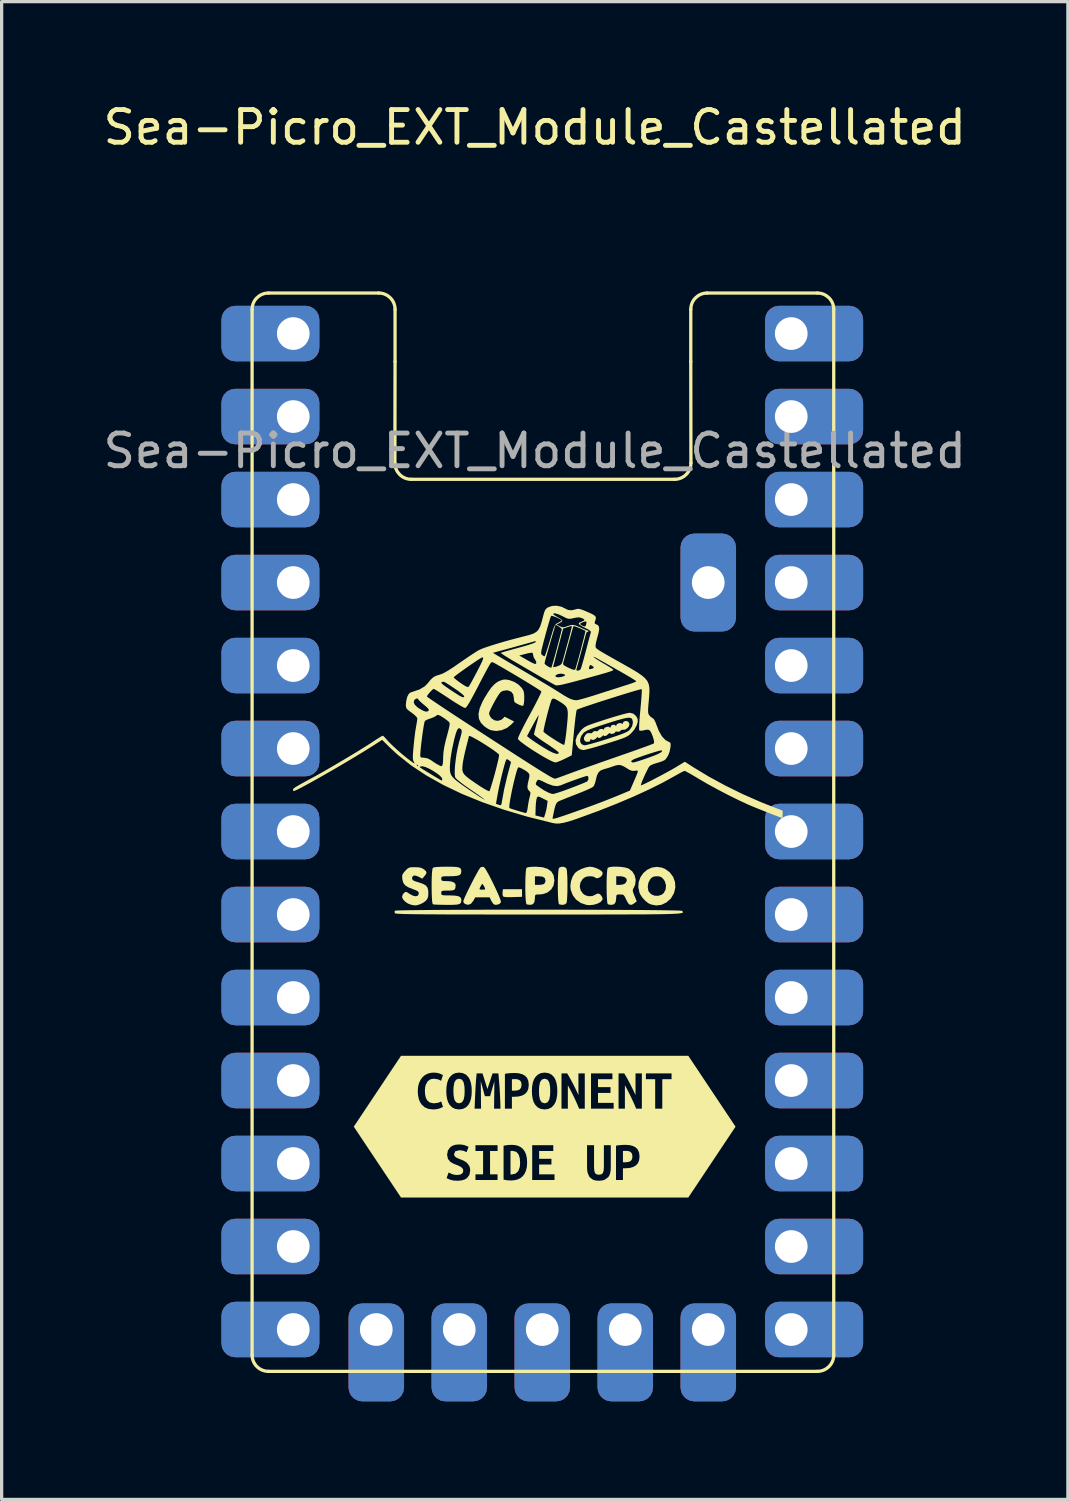
<source format=kicad_pcb>
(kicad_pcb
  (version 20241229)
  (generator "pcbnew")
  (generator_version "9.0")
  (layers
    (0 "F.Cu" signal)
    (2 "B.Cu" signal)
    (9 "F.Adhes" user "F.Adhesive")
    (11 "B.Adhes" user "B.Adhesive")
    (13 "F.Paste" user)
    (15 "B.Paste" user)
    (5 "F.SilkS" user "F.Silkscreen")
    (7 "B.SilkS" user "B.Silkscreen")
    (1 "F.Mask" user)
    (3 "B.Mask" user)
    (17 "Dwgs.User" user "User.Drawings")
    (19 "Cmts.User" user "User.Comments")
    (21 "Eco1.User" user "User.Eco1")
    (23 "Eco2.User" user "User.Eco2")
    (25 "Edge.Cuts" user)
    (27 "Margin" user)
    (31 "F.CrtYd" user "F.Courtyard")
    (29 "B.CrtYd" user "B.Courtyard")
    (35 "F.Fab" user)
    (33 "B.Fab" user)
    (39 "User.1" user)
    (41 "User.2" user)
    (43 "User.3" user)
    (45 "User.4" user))
  (footprint "Sea-Picro_EXT_Module_Castellated"
    (layer "F.Cu")
    (at 13.515 22.398)
    (property "Reference" "Sea-Picro_EXT_Module_Castellated" (at -0.2 -21.55 0) (unlocked yes) (layer "F.SilkS") (effects (font (size 1 1) (thickness 0.15))))
    (attr through_hole)
    (fp_line (start -8.85 -15.98) (end -8.85 16.02) (stroke (width 0.1) (type solid)) (layer "F.SilkS"))
    (fp_line (start -8.35 16.52) (end 8.45 16.52) (stroke (width 0.1) (type solid)) (layer "F.SilkS"))
    (fp_line (start -4.975 -16.48) (end -8.35 -16.48) (stroke (width 0.1) (type solid)) (layer "F.SilkS"))
    (fp_line (start -4.475 -14.38) (end -4.48 -11.28) (stroke (width 0.1) (type solid)) (layer "F.SilkS"))
    (fp_line (start -4.475 -14.38) (end -4.475 -15.98) (stroke (width 0.1) (type solid)) (layer "F.SilkS"))
    (fp_line (start -3.98 -10.78) (end 4.08 -10.78) (stroke (width 0.1) (type solid)) (layer "F.SilkS"))
    (fp_line (start 4.575 -14.38) (end 4.575 -15.98) (stroke (width 0.1) (type solid)) (layer "F.SilkS"))
    (fp_line (start 4.575 -14.38) (end 4.58 -11.28) (stroke (width 0.1) (type solid)) (layer "F.SilkS"))
    (fp_line (start 5.075 -16.48) (end 8.45 -16.48) (stroke (width 0.1) (type solid)) (layer "F.SilkS"))
    (fp_line (start 8.95 16.02) (end 8.95 -15.98) (stroke (width 0.1) (type solid)) (layer "F.SilkS"))
    (fp_arc (start -8.84951 -15.98) (mid -8.703063 -16.333553) (end -8.34951 -16.48) (stroke (width 0.1) (type solid)) (layer "F.SilkS"))
    (fp_arc (start -8.34951 16.52) (mid -8.703063 16.373553) (end -8.84951 16.02) (stroke (width 0.1) (type solid)) (layer "F.SilkS"))
    (fp_arc (start -4.97451 -16.48) (mid -4.620957 -16.333553) (end -4.47451 -15.98) (stroke (width 0.1) (type solid)) (layer "F.SilkS"))
    (fp_arc (start -3.98 -10.77951) (mid -4.333553 -10.925957) (end -4.48 -11.27951) (stroke (width 0.1) (type solid)) (layer "F.SilkS"))
    (fp_arc (start 4.57549 -15.98) (mid 4.721931 -16.333559) (end 5.07549 -16.48) (stroke (width 0.1) (type solid)) (layer "F.SilkS"))
    (fp_arc (start 4.58 -11.27951) (mid 4.433553 -10.925957) (end 4.08 -10.77951) (stroke (width 0.1) (type solid)) (layer "F.SilkS"))
    (fp_arc (start 8.45049 -16.48) (mid 8.804046 -16.333556) (end 8.95049 -15.98) (stroke (width 0.1) (type solid)) (layer "F.SilkS"))
    (fp_arc (start 8.95049 16.02) (mid 8.804039 16.373543) (end 8.45049 16.52) (stroke (width 0.1) (type solid)) (layer "F.SilkS"))
    (fp_poly (pts (xy -0.589 1.998) (xy -0.874 2.006) (xy -1.012 2.009) (xy -1.101 2.005) (xy -1.152 1.995) (xy -1.175 1.976) (xy -1.177 1.972) (xy -1.186 1.913) (xy -1.183 1.847) (xy -1.174 1.764) (xy -0.589 1.764)) (stroke (width 0) (type solid)) (fill yes) (layer "F.SilkS"))
    (fp_poly (pts (xy -0.792 7.576) (xy -0.845 7.577) (xy -0.899 7.581) (xy -0.899 7.93) (xy -0.811 7.93) (xy -0.721 7.92) (xy -0.656 7.889) (xy -0.617 7.834) (xy -0.604 7.749) (xy -0.616 7.668) (xy -0.655 7.615) (xy -0.715 7.586) (xy -0.792 7.576)) (stroke (width 0) (type solid)) (fill yes) (layer "F.SilkS"))
    (fp_poly (pts (xy 2.604 9.772) (xy 2.551 9.773) (xy 2.499 9.777) (xy 2.499 10.121) (xy 2.585 10.121) (xy 2.674 10.111) (xy 2.738 10.081) (xy 2.777 10.026) (xy 2.79 9.942) (xy 2.777 9.863) (xy 2.739 9.811) (xy 2.68 9.782) (xy 2.604 9.772)) (stroke (width 0) (type solid)) (fill yes) (layer "F.SilkS"))
    (fp_poly (pts (xy -0.942 10.493) (xy -0.923 10.495) (xy -0.904 10.495) (xy -0.783 10.467) (xy -0.704 10.391) (xy -0.661 10.277) (xy -0.651 10.208) (xy -0.648 10.132) (xy -0.658 9.997) (xy -0.694 9.882) (xy -0.765 9.802) (xy -0.88 9.772) (xy -0.911 9.773) (xy -0.942 9.777) (xy -0.942 10.493)) (stroke (width 0) (type solid)) (fill yes) (layer "F.SilkS"))
    (fp_poly (pts (xy -2.689 7.941) (xy -2.687 8.017) (xy -2.682 8.088) (xy -2.658 8.208) (xy -2.606 8.288) (xy -2.517 8.318) (xy -2.429 8.288) (xy -2.377 8.207) (xy -2.352 8.088) (xy -2.348 8.017) (xy -2.346 7.941) (xy -2.348 7.865) (xy -2.352 7.793) (xy -2.377 7.674) (xy -2.428 7.593) (xy -2.517 7.564) (xy -2.606 7.593) (xy -2.658 7.675) (xy -2.682 7.794) (xy -2.687 7.865) (xy -2.689 7.941)) (stroke (width 0) (type solid)) (fill yes) (layer "F.SilkS"))
    (fp_poly (pts (xy -0.069 7.941) (xy -0.068 8.017) (xy -0.063 8.088) (xy -0.039 8.208) (xy 0.013 8.288) (xy 0.102 8.318) (xy 0.19 8.288) (xy 0.243 8.207) (xy 0.267 8.088) (xy 0.272 8.017) (xy 0.273 7.941) (xy 0.272 7.865) (xy 0.267 7.793) (xy 0.243 7.674) (xy 0.191 7.593) (xy 0.102 7.564) (xy 0.013 7.593) (xy -0.039 7.675) (xy -0.063 7.794) (xy -0.068 7.865) (xy -0.069 7.941)) (stroke (width 0) (type solid)) (fill yes) (layer "F.SilkS"))
    (fp_poly (pts (xy 0.688 1.08) (xy 0.754 1.111) (xy 0.771 1.133) (xy 0.782 1.182) (xy 0.791 1.28) (xy 0.798 1.415) (xy 0.801 1.578) (xy 0.801 1.661) (xy 0.8 1.834) (xy 0.794 1.984) (xy 0.786 2.101) (xy 0.776 2.174) (xy 0.771 2.19) (xy 0.719 2.232) (xy 0.637 2.245) (xy 0.546 2.227) (xy 0.545 2.227) (xy 0.532 2.194) (xy 0.521 2.113) (xy 0.513 1.997) (xy 0.508 1.855) (xy 0.506 1.701) (xy 0.507 1.543) (xy 0.511 1.395) (xy 0.518 1.267) (xy 0.528 1.171) (xy 0.54 1.117) (xy 0.544 1.111) (xy 0.609 1.08)) (stroke (width 0) (type solid)) (fill yes) (layer "F.SilkS"))
    (fp_poly (pts (xy 1.589 1.09) (xy 1.694 1.124) (xy 1.789 1.171) (xy 1.857 1.223) (xy 1.879 1.261) (xy 1.868 1.325) (xy 1.822 1.381) (xy 1.757 1.419) (xy 1.691 1.43) (xy 1.64 1.405) (xy 1.635 1.398) (xy 1.598 1.38) (xy 1.523 1.37) (xy 1.485 1.369) (xy 1.386 1.378) (xy 1.314 1.413) (xy 1.267 1.454) (xy 1.199 1.56) (xy 1.178 1.679) (xy 1.204 1.797) (xy 1.274 1.898) (xy 1.348 1.951) (xy 1.453 1.98) (xy 1.562 1.974) (xy 1.637 1.94) (xy 1.702 1.906) (xy 1.744 1.896) (xy 1.798 1.92) (xy 1.847 1.977) (xy 1.876 2.044) (xy 1.874 2.084) (xy 1.82 2.151) (xy 1.724 2.205) (xy 1.603 2.241) (xy 1.471 2.253) (xy 1.387 2.246) (xy 1.212 2.188) (xy 1.068 2.086) (xy 0.962 1.947) (xy 0.901 1.782) (xy 0.889 1.661) (xy 0.909 1.52) (xy 0.96 1.379) (xy 1.029 1.271) (xy 1.109 1.207) (xy 1.225 1.147) (xy 1.351 1.101) (xy 1.467 1.078) (xy 1.49 1.076)) (stroke (width 0) (type solid)) (fill yes) (layer "F.SilkS"))
    (fp_poly (pts (xy 3.689 1.103) (xy 3.789 1.144) (xy 3.934 1.251) (xy 4.036 1.389) (xy 4.093 1.547) (xy 4.103 1.714) (xy 4.064 1.881) (xy 3.975 2.036) (xy 3.954 2.061) (xy 3.825 2.173) (xy 3.68 2.242) (xy 3.531 2.262) (xy 3.479 2.256) (xy 3.401 2.24) (xy 3.354 2.23) (xy 3.27 2.19) (xy 3.176 2.113) (xy 3.088 2.015) (xy 3.022 1.911) (xy 3.008 1.879) (xy 2.97 1.709) (xy 2.971 1.69) (xy 3.258 1.69) (xy 3.276 1.809) (xy 3.289 1.838) (xy 3.363 1.919) (xy 3.465 1.963) (xy 3.578 1.968) (xy 3.685 1.933) (xy 3.75 1.88) (xy 3.805 1.775) (xy 3.817 1.651) (xy 3.784 1.529) (xy 3.74 1.459) (xy 3.677 1.398) (xy 3.609 1.373) (xy 3.537 1.369) (xy 3.446 1.377) (xy 3.382 1.41) (xy 3.335 1.459) (xy 3.278 1.565) (xy 3.258 1.69) (xy 2.971 1.69) (xy 2.981 1.547) (xy 3.035 1.398) (xy 3.123 1.271) (xy 3.24 1.171) (xy 3.378 1.105) (xy 3.53 1.081)) (stroke (width 0) (type solid)) (fill yes) (layer "F.SilkS"))
    (fp_poly (pts (xy 0.036 1.092) (xy 0.196 1.142) (xy 0.31 1.225) (xy 0.378 1.342) (xy 0.401 1.495) (xy 0.401 1.501) (xy 0.375 1.652) (xy 0.301 1.776) (xy 0.187 1.867) (xy 0.038 1.917) (xy -0.061 1.925) (xy -0.142 1.927) (xy -0.181 1.941) (xy -0.193 1.981) (xy -0.194 2.029) (xy -0.208 2.15) (xy -0.253 2.221) (xy -0.328 2.244) (xy -0.334 2.244) (xy -0.407 2.237) (xy -0.45 2.227) (xy -0.463 2.194) (xy -0.474 2.113) (xy -0.482 1.997) (xy -0.487 1.855) (xy -0.489 1.701) (xy -0.488 1.632) (xy -0.194 1.632) (xy -0.068 1.632) (xy 0.019 1.624) (xy 0.082 1.605) (xy 0.093 1.597) (xy 0.123 1.54) (xy 0.128 1.501) (xy 0.109 1.426) (xy 0.047 1.383) (xy -0.062 1.369) (xy -0.068 1.369) (xy -0.194 1.369) (xy -0.194 1.632) (xy -0.488 1.632) (xy -0.488 1.543) (xy -0.484 1.395) (xy -0.477 1.267) (xy -0.467 1.171) (xy -0.455 1.117) (xy -0.451 1.111) (xy -0.401 1.092) (xy -0.303 1.08) (xy -0.172 1.076)) (stroke (width 0) (type solid)) (fill yes) (layer "F.SilkS"))
    (fp_poly (pts (xy -1.752 1.092) (xy -1.719 1.129) (xy -1.67 1.21) (xy -1.607 1.322) (xy -1.537 1.457) (xy -1.464 1.603) (xy -1.394 1.751) (xy -1.33 1.891) (xy -1.279 2.012) (xy -1.245 2.105) (xy -1.233 2.158) (xy -1.234 2.163) (xy -1.276 2.212) (xy -1.349 2.241) (xy -1.426 2.24) (xy -1.437 2.236) (xy -1.478 2.2) (xy -1.522 2.133) (xy -1.53 2.116) (xy -1.58 2.013) (xy -2.022 2.013) (xy -2.081 2.122) (xy -2.151 2.209) (xy -2.235 2.243) (xy -2.328 2.221) (xy -2.337 2.216) (xy -2.379 2.168) (xy -2.386 2.136) (xy -2.372 2.088) (xy -2.336 2) (xy -2.282 1.883) (xy -2.225 1.765) (xy -1.891 1.765) (xy -1.865 1.775) (xy -1.804 1.779) (xy -1.803 1.779) (xy -1.741 1.775) (xy -1.715 1.765) (xy -1.715 1.765) (xy -1.728 1.723) (xy -1.756 1.665) (xy -1.786 1.618) (xy -1.803 1.603) (xy -1.826 1.626) (xy -1.857 1.678) (xy -1.883 1.734) (xy -1.891 1.765) (xy -2.225 1.765) (xy -2.215 1.746) (xy -2.142 1.6) (xy -2.068 1.455) (xy -1.996 1.322) (xy -1.934 1.21) (xy -1.885 1.13) (xy -1.855 1.093) (xy -1.854 1.092) (xy -1.784 1.079)) (stroke (width 0) (type solid)) (fill yes) (layer "F.SilkS"))
    (fp_poly (pts (xy 2.437 1.082) (xy 2.557 1.099) (xy 2.653 1.125) (xy 2.675 1.135) (xy 2.786 1.222) (xy 2.859 1.342) (xy 2.89 1.48) (xy 2.874 1.621) (xy 2.836 1.711) (xy 2.808 1.763) (xy 2.799 1.806) (xy 2.81 1.86) (xy 2.843 1.945) (xy 2.852 1.968) (xy 2.922 2.136) (xy 2.853 2.191) (xy 2.775 2.24) (xy 2.712 2.241) (xy 2.656 2.191) (xy 2.6 2.086) (xy 2.558 1.996) (xy 2.524 1.948) (xy 2.483 1.929) (xy 2.42 1.925) (xy 2.411 1.925) (xy 2.336 1.928) (xy 2.303 1.947) (xy 2.294 1.997) (xy 2.294 2.029) (xy 2.279 2.15) (xy 2.234 2.221) (xy 2.159 2.244) (xy 2.154 2.244) (xy 2.081 2.237) (xy 2.038 2.227) (xy 2.024 2.194) (xy 2.014 2.113) (xy 2.006 1.997) (xy 2.001 1.855) (xy 1.999 1.701) (xy 1.999 1.632) (xy 2.294 1.632) (xy 2.409 1.632) (xy 2.499 1.62) (xy 2.565 1.59) (xy 2.57 1.586) (xy 2.616 1.512) (xy 2.61 1.447) (xy 2.556 1.397) (xy 2.461 1.371) (xy 2.42 1.369) (xy 2.294 1.369) (xy 2.294 1.632) (xy 1.999 1.632) (xy 2 1.543) (xy 2.003 1.395) (xy 2.01 1.267) (xy 2.02 1.171) (xy 2.033 1.117) (xy 2.036 1.111) (xy 2.091 1.088) (xy 2.187 1.076) (xy 2.308 1.074)) (stroke (width 0) (type solid)) (fill yes) (layer "F.SilkS"))
    (fp_poly (pts (xy -0.993 -4.638) (xy -0.972 -4.633) (xy -0.827 -4.58) (xy -0.694 -4.494) (xy -0.591 -4.388) (xy -0.545 -4.309) (xy -0.529 -4.239) (xy -0.521 -4.14) (xy -0.522 -4.032) (xy -0.53 -3.934) (xy -0.545 -3.866) (xy -0.554 -3.85) (xy -0.59 -3.849) (xy -0.659 -3.872) (xy -0.706 -3.893) (xy -0.785 -3.935) (xy -0.824 -3.973) (xy -0.836 -4.028) (xy -0.837 -4.07) (xy -0.858 -4.195) (xy -0.919 -4.278) (xy -1.018 -4.318) (xy -1.066 -4.321) (xy -1.17 -4.306) (xy -1.24 -4.27) (xy -1.284 -4.218) (xy -1.342 -4.129) (xy -1.407 -4.018) (xy -1.473 -3.899) (xy -1.531 -3.784) (xy -1.575 -3.687) (xy -1.597 -3.623) (xy -1.598 -3.613) (xy -1.58 -3.549) (xy -1.535 -3.477) (xy -1.529 -3.47) (xy -1.44 -3.406) (xy -1.334 -3.387) (xy -1.232 -3.415) (xy -1.183 -3.452) (xy -1.121 -3.514) (xy -0.831 -3.367) (xy -0.914 -3.279) (xy -1.053 -3.169) (xy -1.214 -3.101) (xy -1.383 -3.077) (xy -1.545 -3.103) (xy -1.568 -3.112) (xy -1.639 -3.149) (xy -1.722 -3.203) (xy -1.736 -3.214) (xy -1.846 -3.324) (xy -1.908 -3.45) (xy -1.921 -3.598) (xy -1.886 -3.769) (xy -1.802 -3.968) (xy -1.745 -4.074) (xy -1.629 -4.264) (xy -1.528 -4.407) (xy -1.432 -4.51) (xy -1.337 -4.581) (xy -1.259 -4.618) (xy -1.169 -4.647) (xy -1.09 -4.653)) (stroke (width 0) (type solid)) (fill yes) (layer "F.SilkS"))
    (fp_poly (pts (xy -3.747 1.096) (xy -3.663 1.116) (xy -3.599 1.151) (xy -3.531 1.211) (xy -3.512 1.262) (xy -3.54 1.321) (xy -3.57 1.358) (xy -3.642 1.442) (xy -3.743 1.388) (xy -3.845 1.348) (xy -3.915 1.351) (xy -3.951 1.397) (xy -3.954 1.426) (xy -3.947 1.466) (xy -3.919 1.496) (xy -3.857 1.524) (xy -3.764 1.552) (xy -3.624 1.6) (xy -3.533 1.651) (xy -3.482 1.717) (xy -3.459 1.807) (xy -3.456 1.881) (xy -3.461 1.982) (xy -3.481 2.049) (xy -3.525 2.108) (xy -3.544 2.128) (xy -3.623 2.185) (xy -3.725 2.232) (xy -3.825 2.259) (xy -3.895 2.259) (xy -3.944 2.248) (xy -4.003 2.235) (xy -4.091 2.198) (xy -4.175 2.137) (xy -4.237 2.065) (xy -4.261 2) (xy -4.24 1.93) (xy -4.203 1.881) (xy -4.165 1.852) (xy -4.13 1.848) (xy -4.08 1.874) (xy -4.03 1.908) (xy -3.928 1.963) (xy -3.84 1.981) (xy -3.778 1.963) (xy -3.75 1.909) (xy -3.749 1.897) (xy -3.756 1.855) (xy -3.786 1.823) (xy -3.851 1.792) (xy -3.935 1.761) (xy -4.076 1.704) (xy -4.169 1.643) (xy -4.224 1.568) (xy -4.25 1.469) (xy -4.253 1.449) (xy -4.258 1.365) (xy -4.243 1.305) (xy -4.198 1.242) (xy -4.164 1.204) (xy -4.105 1.143) (xy -4.054 1.109) (xy -3.992 1.094) (xy -3.897 1.091) (xy -3.87 1.091)) (stroke (width 0) (type solid)) (fill yes) (layer "F.SilkS"))
    (fp_poly (pts (xy -2.728 1.078) (xy -2.605 1.084) (xy -2.524 1.098) (xy -2.477 1.122) (xy -2.454 1.16) (xy -2.447 1.214) (xy -2.447 1.227) (xy -2.458 1.288) (xy -2.495 1.329) (xy -2.569 1.354) (xy -2.685 1.366) (xy -2.811 1.369) (xy -2.932 1.369) (xy -3.006 1.374) (xy -3.044 1.385) (xy -3.059 1.406) (xy -3.061 1.441) (xy -3.061 1.442) (xy -3.056 1.486) (xy -3.032 1.507) (xy -2.973 1.515) (xy -2.917 1.515) (xy -2.769 1.525) (xy -2.673 1.557) (xy -2.627 1.61) (xy -2.622 1.644) (xy -2.628 1.725) (xy -2.651 1.774) (xy -2.704 1.799) (xy -2.799 1.807) (xy -2.86 1.808) (xy -2.966 1.809) (xy -3.026 1.815) (xy -3.053 1.832) (xy -3.061 1.863) (xy -3.061 1.881) (xy -3.059 1.917) (xy -3.043 1.939) (xy -3.003 1.95) (xy -2.925 1.954) (xy -2.829 1.954) (xy -2.667 1.959) (xy -2.555 1.974) (xy -2.486 2.003) (xy -2.453 2.049) (xy -2.447 2.094) (xy -2.451 2.152) (xy -2.47 2.193) (xy -2.511 2.221) (xy -2.584 2.236) (xy -2.696 2.243) (xy -2.857 2.245) (xy -2.899 2.244) (xy -3.045 2.242) (xy -3.171 2.239) (xy -3.265 2.234) (xy -3.314 2.228) (xy -3.317 2.227) (xy -3.331 2.194) (xy -3.342 2.113) (xy -3.349 1.997) (xy -3.354 1.855) (xy -3.356 1.701) (xy -3.355 1.543) (xy -3.352 1.395) (xy -3.345 1.267) (xy -3.335 1.171) (xy -3.322 1.117) (xy -3.319 1.111) (xy -3.272 1.094) (xy -3.171 1.083) (xy -3.015 1.077) (xy -2.9 1.076)) (stroke (width 0) (type solid)) (fill yes) (layer "F.SilkS"))
    (fp_poly (pts (xy -0.058 2.391) (xy 0.381 2.391) (xy 0.816 2.392) (xy 1.242 2.393) (xy 1.657 2.394) (xy 2.056 2.396) (xy 2.435 2.398) (xy 2.79 2.4) (xy 3.118 2.402) (xy 3.414 2.405) (xy 3.674 2.408) (xy 3.895 2.412) (xy 4.073 2.415) (xy 4.203 2.419) (xy 4.282 2.424) (xy 4.306 2.427) (xy 4.321 2.442) (xy 4.332 2.456) (xy 4.337 2.468) (xy 4.332 2.479) (xy 4.316 2.489) (xy 4.286 2.497) (xy 4.238 2.505) (xy 4.171 2.512) (xy 4.082 2.517) (xy 3.968 2.522) (xy 3.826 2.526) (xy 3.654 2.53) (xy 3.45 2.532) (xy 3.209 2.535) (xy 2.931 2.536) (xy 2.611 2.537) (xy 2.248 2.538) (xy 1.839 2.539) (xy 1.381 2.539) (xy 0.872 2.539) (xy 0.309 2.539) (xy -0.096 2.539) (xy -0.694 2.539) (xy -1.236 2.539) (xy -1.725 2.539) (xy -2.164 2.538) (xy -2.555 2.538) (xy -2.9 2.537) (xy -3.203 2.535) (xy -3.466 2.534) (xy -3.691 2.532) (xy -3.882 2.53) (xy -4.041 2.527) (xy -4.171 2.525) (xy -4.274 2.521) (xy -4.354 2.518) (xy -4.411 2.513) (xy -4.451 2.509) (xy -4.474 2.504) (xy -4.484 2.498) (xy -4.484 2.497) (xy -4.488 2.441) (xy -4.481 2.424) (xy -4.45 2.419) (xy -4.364 2.415) (xy -4.227 2.411) (xy -4.043 2.408) (xy -3.817 2.405) (xy -3.552 2.402) (xy -3.251 2.399) (xy -2.92 2.397) (xy -2.561 2.395) (xy -2.179 2.394) (xy -1.778 2.392) (xy -1.362 2.392) (xy -0.934 2.391) (xy -0.498 2.391)) (stroke (width 0) (type solid)) (fill yes) (layer "F.SilkS"))
    (fp_poly (pts (xy 2.638 -3.374) (xy 2.663 -3.357) (xy 2.7 -3.294) (xy 2.683 -3.224) (xy 2.641 -3.17) (xy 2.564 -3.118) (xy 2.511 -3.116) (xy 2.448 -3.11) (xy 2.427 -3.086) (xy 2.386 -3.055) (xy 2.337 -3.057) (xy 2.283 -3.059) (xy 2.265 -3.045) (xy 2.24 -3.012) (xy 2.187 -2.991) (xy 2.133 -2.989) (xy 2.112 -3.002) (xy 2.083 -3.014) (xy 2.054 -2.988) (xy 2.004 -2.944) (xy 1.953 -2.921) (xy 1.918 -2.925) (xy 1.913 -2.939) (xy 1.9 -2.949) (xy 1.877 -2.928) (xy 1.827 -2.883) (xy 1.775 -2.862) (xy 1.741 -2.869) (xy 1.737 -2.882) (xy 1.724 -2.896) (xy 1.7 -2.872) (xy 1.641 -2.821) (xy 1.578 -2.801) (xy 1.532 -2.817) (xy 1.528 -2.822) (xy 1.509 -2.839) (xy 1.504 -2.808) (xy 1.491 -2.765) (xy 1.477 -2.757) (xy 1.426 -2.748) (xy 1.411 -2.744) (xy 1.361 -2.751) (xy 1.335 -2.772) (xy 1.303 -2.826) (xy 1.311 -2.884) (xy 1.348 -2.951) (xy 1.397 -3.004) (xy 1.458 -3.013) (xy 1.477 -3.01) (xy 1.545 -3.01) (xy 1.575 -3.04) (xy 1.615 -3.073) (xy 1.665 -3.072) (xy 1.719 -3.07) (xy 1.738 -3.084) (xy 1.762 -3.117) (xy 1.816 -3.138) (xy 1.87 -3.14) (xy 1.891 -3.127) (xy 1.91 -3.112) (xy 1.913 -3.131) (xy 1.938 -3.171) (xy 1.993 -3.2) (xy 2.054 -3.209) (xy 2.093 -3.19) (xy 2.113 -3.171) (xy 2.118 -3.2) (xy 2.142 -3.243) (xy 2.195 -3.267) (xy 2.25 -3.263) (xy 2.27 -3.246) (xy 2.29 -3.227) (xy 2.293 -3.248) (xy 2.319 -3.289) (xy 2.375 -3.315) (xy 2.436 -3.318) (xy 2.462 -3.306) (xy 2.493 -3.295) (xy 2.499 -3.321) (xy 2.522 -3.363) (xy 2.577 -3.383)) (stroke (width 0) (type solid)) (fill yes) (layer "F.SilkS"))
    (fp_poly (pts (xy 2.816 -3.608) (xy 2.903 -3.533) (xy 2.948 -3.449) (xy 2.953 -3.357) (xy 2.918 -3.244) (xy 2.85 -3.124) (xy 2.763 -3.021) (xy 2.717 -2.977) (xy 2.673 -2.941) (xy 2.621 -2.909) (xy 2.553 -2.876) (xy 2.461 -2.841) (xy 2.337 -2.798) (xy 2.172 -2.745) (xy 2.001 -2.691) (xy 1.814 -2.633) (xy 1.641 -2.582) (xy 1.491 -2.54) (xy 1.374 -2.51) (xy 1.299 -2.495) (xy 1.282 -2.493) (xy 1.182 -2.52) (xy 1.132 -2.56) (xy 1.062 -2.673) (xy 1.05 -2.796) (xy 1.061 -2.828) (xy 1.19 -2.828) (xy 1.193 -2.741) (xy 1.232 -2.675) (xy 1.305 -2.642) (xy 1.33 -2.64) (xy 1.385 -2.649) (xy 1.485 -2.674) (xy 1.621 -2.711) (xy 1.784 -2.759) (xy 1.964 -2.815) (xy 2.025 -2.834) (xy 2.237 -2.904) (xy 2.399 -2.959) (xy 2.52 -3.005) (xy 2.606 -3.043) (xy 2.665 -3.077) (xy 2.704 -3.109) (xy 2.707 -3.112) (xy 2.781 -3.224) (xy 2.804 -3.342) (xy 2.789 -3.421) (xy 2.769 -3.456) (xy 2.735 -3.477) (xy 2.682 -3.484) (xy 2.602 -3.476) (xy 2.491 -3.451) (xy 2.341 -3.41) (xy 2.147 -3.351) (xy 1.976 -3.296) (xy 1.76 -3.226) (xy 1.594 -3.168) (xy 1.471 -3.121) (xy 1.383 -3.081) (xy 1.324 -3.046) (xy 1.296 -3.022) (xy 1.224 -2.926) (xy 1.19 -2.828) (xy 1.061 -2.828) (xy 1.095 -2.931) (xy 1.198 -3.076) (xy 1.219 -3.099) (xy 1.259 -3.141) (xy 1.299 -3.175) (xy 1.348 -3.207) (xy 1.412 -3.239) (xy 1.501 -3.274) (xy 1.623 -3.317) (xy 1.784 -3.37) (xy 1.971 -3.431) (xy 2.159 -3.49) (xy 2.335 -3.542) (xy 2.488 -3.586) (xy 2.609 -3.617) (xy 2.688 -3.633) (xy 2.708 -3.635)) (stroke (width 0) (type solid)) (fill yes) (layer "F.SilkS"))
    (fp_poly (pts (xy -3.78 6.864) (xy -3.641 7.524) (xy -3.57 7.461) (xy -3.486 7.414) (xy -3.392 7.386) (xy -3.289 7.377) (xy -3.185 7.386) (xy -3.104 7.408) (xy -3.046 7.434) (xy -3.01 7.455) (xy -3.066 7.627) (xy -3.163 7.582) (xy -3.293 7.564) (xy -3.391 7.582) (xy -3.477 7.643) (xy -3.538 7.757) (xy -3.556 7.838) (xy -3.562 7.936) (xy -3.555 8.049) (xy -3.533 8.144) (xy -2.907 7.941) (xy -2.9 7.81) (xy -2.881 7.696) (xy -2.849 7.599) (xy -2.804 7.519) (xy -2.726 7.44) (xy -2.631 7.393) (xy -2.517 7.377) (xy -2.401 7.393) (xy -2.304 7.44) (xy -2.228 7.519) (xy -2.184 7.599) (xy -2.153 7.696) (xy -2.134 7.81) (xy -2 7.647) (xy -1.989 7.52) (xy -1.978 7.401) (xy -1.8 7.401) (xy -1.769 7.496) (xy -1.73 7.62) (xy -1.688 7.754) (xy -1.648 7.88) (xy -1.604 7.746) (xy -1.56 7.613) (xy -1.522 7.494) (xy -1.491 7.401) (xy -1.312 7.401) (xy -1.3 7.541) (xy -1.289 7.677) (xy -1.278 7.811) (xy -1.113 8.482) (xy -1.113 7.415) (xy -1.043 7.403) (xy -0.963 7.395) (xy -0.885 7.391) (xy -0.817 7.389) (xy -0.689 7.398) (xy -0.583 7.427) (xy -0.497 7.474) (xy -0.434 7.542) (xy -0.396 7.634) (xy -0.383 7.751) (xy -0.396 7.868) (xy -0.434 7.961) (xy -0.287 7.941) (xy -0.281 7.81) (xy -0.262 7.696) (xy -0.229 7.599) (xy -0.184 7.519) (xy -0.107 7.44) (xy -0.011 7.393) (xy 0.102 7.377) (xy 0.219 7.393) (xy 0.315 7.44) (xy 0.392 7.519) (xy 0.435 7.599) (xy 0.466 7.696) (xy 0.485 7.81) (xy 0.491 7.941) (xy 0.485 8.072) (xy 0.466 8.186) (xy 0.434 8.283) (xy 0.39 8.363) (xy 0.313 8.442) (xy 0.218 8.489) (xy 0.104 8.505) (xy -0.013 8.489) (xy -0.11 8.442) (xy -0.187 8.363) (xy -0.231 8.283) (xy -0.262 8.186) (xy -0.281 8.072) (xy -0.287 7.941) (xy -0.434 7.961) (xy -0.498 8.031) (xy -0.585 8.079) (xy -0.693 8.108) (xy -0.822 8.117) (xy -0.899 8.117) (xy -0.899 8.482) (xy -1.113 8.482) (xy -1.278 7.811) (xy -1.27 7.943) (xy -1.263 8.076) (xy -1.257 8.209) (xy -1.252 8.344) (xy -1.248 8.482) (xy -1.445 8.482) (xy -1.435 7.642) (xy -1.567 8.1) (xy -1.725 8.1) (xy -1.852 7.642) (xy -1.843 8.482) (xy -2.041 8.482) (xy -2.035 8.347) (xy -2.029 8.206) (xy -2.023 8.064) (xy -2.016 7.922) (xy -2.009 7.782) (xy -2 7.647) (xy -2.134 7.81) (xy -2.128 7.941) (xy -2.134 8.072) (xy -2.153 8.186) (xy -2.185 8.283) (xy -2.229 8.363) (xy -2.306 8.442) (xy -2.402 8.489) (xy -2.516 8.505) (xy -2.633 8.489) (xy -2.729 8.442) (xy -2.806 8.363) (xy -2.85 8.283) (xy -2.882 8.186) (xy -2.901 8.072) (xy -2.907 7.941) (xy -3.533 8.144) (xy -3.498 8.219) (xy -3.414 8.293) (xy -3.289 8.318) (xy -3.15 8.299) (xy -3.062 8.26) (xy -3.008 8.43) (xy -3.131 8.481) (xy -3.215 8.499) (xy -3.31 8.505) (xy -3.451 8.489) (xy -2.883 9.894) (xy -2.858 9.761) (xy -2.785 9.66) (xy -2.712 9.613) (xy -2.623 9.585) (xy -2.518 9.576) (xy -2.426 9.582) (xy -2.347 9.598) (xy -2.224 9.648) (xy -2.286 9.812) (xy -2.381 9.77) (xy -2.502 9.753) (xy -2.629 9.784) (xy -2.671 9.875) (xy -2.654 9.93) (xy -2.61 9.971) (xy -2.55 10.003) (xy -2.483 10.028) (xy -2.379 10.071) (xy -2.28 10.133) (xy -2.205 10.229) (xy -2.183 10.294) (xy -2.175 10.374) (xy -2.2 10.507) (xy -2.014 10.665) (xy -2.014 10.49) (xy -1.781 10.49) (xy -1.781 9.776) (xy -2.014 9.776) (xy -2.014 9.6) (xy -1.338 9.6) (xy -1.338 9.776) (xy -1.154 10.653) (xy -1.154 9.614) (xy -1.018 9.593) (xy -0.899 9.588) (xy -0.798 9.596) (xy -0.707 9.619) (xy -0.627 9.659) (xy -0.56 9.716) (xy -0.506 9.791) (xy -0.466 9.885) (xy -0.441 9.998) (xy -0.433 10.132) (xy -0.442 10.269) (xy -0.47 10.384) (xy -0.514 10.478) (xy -0.572 10.553) (xy -0.644 10.61) (xy -0.728 10.649) (xy -0.823 10.671) (xy -0.926 10.679) (xy -1.037 10.673) (xy -1.154 10.653) (xy -1.338 9.776) (xy -1.568 9.776) (xy -1.568 10.49) (xy -1.338 10.49) (xy -1.338 10.665) (xy -2.014 10.665) (xy -2.2 10.507) (xy -2.273 10.606) (xy -2.349 10.651) (xy -2.447 10.678) (xy -2.568 10.687) (xy -2.687 10.68) (xy -2.779 10.659) (xy -2.898 10.607) (xy -2.836 10.434) (xy -2.725 10.486) (xy -2.654 10.504) (xy -2.568 10.51) (xy -2.479 10.499) (xy -2.423 10.468) (xy -2.395 10.423) (xy -2.387 10.373) (xy -2.406 10.314) (xy -2.454 10.268) (xy -2.52 10.232) (xy -2.592 10.202) (xy -2.692 10.163) (xy -2.785 10.106) (xy -2.855 10.021) (xy -2.883 9.894) (xy -3.451 8.489) (xy -3.567 8.44) (xy -3.659 8.358) (xy -3.712 8.277) (xy -3.75 8.181) (xy -3.772 8.068) (xy -3.78 7.941) (xy -3.771 7.814) (xy -3.743 7.702) (xy -3.699 7.605) (xy -3.641 7.524) (xy -3.78 6.864) (xy -4.293 6.864) (xy -5.738 9.032) (xy -4.293 11.2) (xy -0.278 10.665) (xy -0.278 9.6) (xy 0.367 9.6) (xy 0.367 9.776) (xy -0.066 9.776) (xy -0.066 10.015) (xy 0.311 10.015) (xy 0.311 10.19) (xy -0.066 10.19) (xy -0.066 10.49) (xy 0.405 10.49) (xy 0.405 10.665) (xy -0.278 10.665) (xy -4.293 11.2) (xy -3.78 11.2) (xy 1.761 10.687) (xy 1.666 10.68) (xy 1.588 10.659) (xy 1.477 10.577) (xy 1.419 10.448) (xy 1.406 10.368) (xy 1.401 10.28) (xy 1.401 9.6) (xy 1.615 9.6) (xy 1.615 10.266) (xy 1.622 10.379) (xy 1.645 10.452) (xy 1.69 10.491) (xy 1.764 10.503) (xy 1.838 10.491) (xy 1.885 10.451) (xy 1.909 10.377) (xy 1.916 10.264) (xy 1.916 9.6) (xy 2.127 9.6) (xy 2.127 10.28) (xy 2.123 10.368) (xy 2.11 10.448) (xy 2.086 10.518) (xy 2.05 10.577) (xy 1.936 10.659) (xy 1.857 10.68) (xy 1.761 10.687) (xy -3.78 11.2) (xy 3.987 11.2) (xy 2.994 10.06) (xy 2.956 10.152) (xy 2.894 10.22) (xy 2.808 10.268) (xy 2.702 10.296) (xy 2.575 10.305) (xy 2.499 10.305) (xy 2.499 10.665) (xy 2.287 10.665) (xy 2.287 9.614) (xy 2.357 9.602) (xy 2.435 9.594) (xy 2.513 9.59) (xy 2.58 9.588) (xy 2.705 9.597) (xy 2.81 9.625) (xy 2.895 9.671) (xy 2.957 9.739) (xy 2.994 9.83) (xy 3.007 9.944) (xy 2.994 10.06) (xy 3.987 11.2) (xy 4.5 11.2) (xy 5.945 9.032) (xy 1.158 8.482) (xy 1.108 8.362) (xy 1.055 8.243) (xy 0.999 8.123) (xy 0.94 8.004) (xy 0.878 7.884) (xy 0.813 7.764) (xy 0.813 8.482) (xy 0.619 8.482) (xy 0.619 7.401) (xy 0.792 7.401) (xy 0.841 7.481) (xy 0.89 7.568) (xy 0.938 7.658) (xy 0.985 7.747) (xy 1.029 7.835) (xy 1.07 7.92) (xy 1.107 7.998) (xy 1.137 8.067) (xy 1.137 7.401) (xy 1.331 7.401) (xy 1.522 8.482) (xy 1.522 7.401) (xy 2.177 7.401) (xy 2.177 7.579) (xy 1.736 7.579) (xy 1.736 7.822) (xy 2.119 7.822) (xy 2.119 8) (xy 1.736 8) (xy 1.736 8.304) (xy 2.215 8.304) (xy 2.215 8.482) (xy 1.522 8.482) (xy 1.331 7.401) (xy 1.331 8.482) (xy 1.158 8.482) (xy 5.945 9.032) (xy 4.5 6.864) (xy 3.078 7.401) (xy 3.078 8.482) (xy 3.486 8.482) (xy 3.486 7.579) (xy 3.202 7.579) (xy 3.202 7.401) (xy 3.987 7.401) (xy 3.987 7.579) (xy 3.703 7.579) (xy 3.703 8.482) (xy 3.486 8.482) (xy 3.078 8.482) (xy 2.905 8.482) (xy 2.854 8.362) (xy 2.801 8.243) (xy 2.745 8.123) (xy 2.686 8.004) (xy 2.624 7.884) (xy 2.559 7.764) (xy 2.559 8.482) (xy 2.365 8.482) (xy 2.365 7.401) (xy 2.538 7.401) (xy 2.587 7.481) (xy 2.636 7.568) (xy 2.684 7.658) (xy 2.731 7.747) (xy 2.775 7.835) (xy 2.817 7.92) (xy 2.853 7.998) (xy 2.884 8.067) (xy 2.884 7.401) (xy 3.078 7.401) (xy 4.5 6.864) (xy 3.987 6.864) (xy -3.78 6.864)) (stroke (width 0) (type solid)) (fill yes) (layer "F.SilkS"))
    (fp_poly (pts (xy 0.622 -6.878) (xy 0.699 -6.84) (xy 0.82 -6.782) (xy 0.932 -6.771) (xy 1.052 -6.8) (xy 1.105 -6.815) (xy 1.158 -6.814) (xy 1.226 -6.796) (xy 1.327 -6.757) (xy 1.376 -6.736) (xy 1.514 -6.676) (xy 1.604 -6.63) (xy 1.654 -6.589) (xy 1.672 -6.545) (xy 1.663 -6.488) (xy 1.635 -6.409) (xy 1.633 -6.406) (xy 1.642 -6.362) (xy 1.677 -6.343) (xy 1.734 -6.315) (xy 1.765 -6.269) (xy 1.772 -6.196) (xy 1.754 -6.087) (xy 1.717 -5.947) (xy 1.679 -5.804) (xy 1.662 -5.707) (xy 1.663 -5.647) (xy 1.67 -5.629) (xy 1.683 -5.612) (xy 1.703 -5.592) (xy 1.736 -5.568) (xy 1.787 -5.534) (xy 1.863 -5.489) (xy 1.967 -5.428) (xy 2.106 -5.349) (xy 2.285 -5.248) (xy 2.509 -5.122) (xy 2.525 -5.113) (xy 2.752 -4.984) (xy 2.933 -4.876) (xy 3.072 -4.781) (xy 3.175 -4.694) (xy 3.245 -4.607) (xy 3.287 -4.512) (xy 3.308 -4.404) (xy 3.31 -4.275) (xy 3.3 -4.118) (xy 3.291 -4.014) (xy 3.276 -3.855) (xy 3.269 -3.742) (xy 3.269 -3.666) (xy 3.276 -3.615) (xy 3.291 -3.577) (xy 3.3 -3.563) (xy 3.354 -3.504) (xy 3.403 -3.475) (xy 3.452 -3.431) (xy 3.499 -3.336) (xy 3.51 -3.305) (xy 3.597 -3.081) (xy 3.693 -2.913) (xy 3.8 -2.799) (xy 3.909 -2.741) (xy 3.945 -2.721) (xy 3.959 -2.681) (xy 3.957 -2.603) (xy 3.955 -2.586) (xy 3.928 -2.445) (xy 3.877 -2.316) (xy 3.811 -2.218) (xy 3.772 -2.184) (xy 3.708 -2.154) (xy 3.612 -2.12) (xy 3.535 -2.097) (xy 3.433 -2.065) (xy 3.351 -2.028) (xy 3.314 -2.002) (xy 3.284 -1.959) (xy 3.243 -1.882) (xy 3.194 -1.783) (xy 3.145 -1.676) (xy 3.1 -1.572) (xy 3.066 -1.485) (xy 3.048 -1.428) (xy 3.049 -1.411) (xy 3.087 -1.425) (xy 3.167 -1.462) (xy 3.279 -1.517) (xy 3.413 -1.585) (xy 3.562 -1.663) (xy 3.714 -1.743) (xy 3.861 -1.823) (xy 3.993 -1.896) (xy 4.101 -1.958) (xy 4.128 -1.975) (xy 4.393 -2.136) (xy 4.653 -1.968) (xy 5.122 -1.684) (xy 5.632 -1.407) (xy 6.167 -1.144) (xy 6.708 -0.906) (xy 6.983 -0.796) (xy 7.386 -0.64) (xy 7.386 -0.528) (xy 7.383 -0.457) (xy 7.376 -0.418) (xy 7.374 -0.416) (xy 7.338 -0.427) (xy 7.259 -0.455) (xy 7.146 -0.498) (xy 7.009 -0.55) (xy 6.86 -0.609) (xy 6.707 -0.67) (xy 6.562 -0.728) (xy 6.435 -0.781) (xy 6.336 -0.823) (xy 6.334 -0.824) (xy 6.041 -0.96) (xy 5.722 -1.117) (xy 5.397 -1.287) (xy 5.085 -1.458) (xy 4.81 -1.618) (xy 4.674 -1.7) (xy 4.554 -1.77) (xy 4.459 -1.822) (xy 4.401 -1.852) (xy 4.386 -1.857) (xy 4.35 -1.843) (xy 4.276 -1.806) (xy 4.175 -1.75) (xy 4.093 -1.704) (xy 3.714 -1.495) (xy 3.282 -1.28) (xy 2.807 -1.063) (xy 2.292 -0.845) (xy 1.747 -0.63) (xy 1.176 -0.421) (xy 1.045 -0.375) (xy 0.843 -0.309) (xy 0.682 -0.267) (xy 0.551 -0.246) (xy 0.438 -0.246) (xy 0.348 -0.261) (xy -0.244 -0.409) (xy 0.344 -0.409) (xy 0.348 -0.394) (xy 0.375 -0.391) (xy 0.433 -0.403) (xy 0.527 -0.431) (xy 0.664 -0.476) (xy 0.824 -0.531) (xy 1.023 -0.601) (xy 1.239 -0.678) (xy 1.451 -0.755) (xy 1.639 -0.824) (xy 1.711 -0.851) (xy 1.888 -0.918) (xy 2.078 -0.993) (xy 2.259 -1.065) (xy 2.408 -1.126) (xy 2.713 -1.254) (xy 2.824 -1.51) (xy 2.888 -1.658) (xy 2.929 -1.759) (xy 2.951 -1.822) (xy 2.952 -1.856) (xy 2.934 -1.867) (xy 2.898 -1.865) (xy 2.866 -1.859) (xy 2.783 -1.857) (xy 2.703 -1.885) (xy 2.644 -1.921) (xy 2.528 -1.992) (xy 2.438 -2.03) (xy 2.357 -2.038) (xy 2.265 -2.018) (xy 2.208 -1.999) (xy 2.093 -1.96) (xy 1.979 -1.925) (xy 1.925 -1.91) (xy 1.821 -1.872) (xy 1.751 -1.811) (xy 1.704 -1.716) (xy 1.675 -1.599) (xy 1.649 -1.496) (xy 1.617 -1.412) (xy 1.593 -1.374) (xy 1.551 -1.347) (xy 1.463 -1.304) (xy 1.341 -1.25) (xy 1.194 -1.189) (xy 1.063 -1.138) (xy 0.902 -1.075) (xy 0.756 -1.018) (xy 0.636 -0.969) (xy 0.551 -0.934) (xy 0.517 -0.918) (xy 0.475 -0.882) (xy 0.44 -0.816) (xy 0.409 -0.712) (xy 0.377 -0.563) (xy 0.36 -0.478) (xy 0.345 -0.412) (xy 0.344 -0.409) (xy -0.244 -0.409) (xy -0.418 -0.453) (xy -0.554 -0.493) (xy -0.179 -0.493) (xy -0.047 -0.46) (xy 0.084 -0.427) (xy 0.122 -0.546) (xy 0.151 -0.654) (xy 0.174 -0.774) (xy 0.177 -0.802) (xy 0.194 -0.938) (xy 0.045 -1.014) (xy -0.039 -1.055) (xy -0.087 -1.072) (xy -0.113 -1.064) (xy -0.133 -1.034) (xy -0.135 -1.031) (xy -0.15 -0.975) (xy -0.163 -0.879) (xy -0.171 -0.762) (xy -0.172 -0.733) (xy -0.179 -0.493) (xy -0.554 -0.493) (xy -1.137 -0.666) (xy -1.361 -0.744) (xy -0.98 -0.744) (xy -0.975 -0.72) (xy -0.943 -0.706) (xy -0.87 -0.681) (xy -0.774 -0.651) (xy -0.669 -0.619) (xy -0.572 -0.591) (xy -0.498 -0.572) (xy -0.468 -0.565) (xy -0.447 -0.591) (xy -0.427 -0.66) (xy -0.416 -0.731) (xy -0.397 -0.859) (xy -0.371 -0.993) (xy -0.357 -1.049) (xy -0.336 -1.139) (xy -0.333 -1.191) (xy -0.35 -1.225) (xy -0.373 -1.246) (xy -0.411 -1.295) (xy -0.425 -1.362) (xy -0.414 -1.459) (xy -0.168 -1.459) (xy -0.16 -1.431) (xy -0.132 -1.41) (xy -0.074 -1.368) (xy -0.047 -1.348) (xy 0.079 -1.264) (xy 0.202 -1.199) (xy 0.305 -1.158) (xy 0.356 -1.149) (xy 0.405 -1.159) (xy 0.498 -1.186) (xy 0.624 -1.228) (xy 0.773 -1.281) (xy 0.898 -1.327) (xy 1.055 -1.388) (xy 1.195 -1.443) (xy 1.307 -1.489) (xy 1.382 -1.522) (xy 1.409 -1.536) (xy 1.438 -1.586) (xy 1.445 -1.634) (xy 1.432 -1.687) (xy 1.409 -1.704) (xy 1.364 -1.694) (xy 1.278 -1.667) (xy 1.164 -1.629) (xy 1.034 -1.583) (xy 0.901 -1.535) (xy 0.779 -1.489) (xy 0.68 -1.45) (xy 0.62 -1.423) (xy 0.499 -1.389) (xy 0.355 -1.404) (xy 0.184 -1.467) (xy 0.124 -1.497) (xy 0.029 -1.543) (xy -0.049 -1.576) (xy -0.091 -1.587) (xy -0.123 -1.564) (xy -0.152 -1.513) (xy -0.168 -1.459) (xy -0.414 -1.459) (xy -0.414 -1.46) (xy -0.387 -1.577) (xy -0.365 -1.674) (xy -0.363 -1.734) (xy -0.381 -1.778) (xy -0.384 -1.782) (xy -0.427 -1.824) (xy -0.497 -1.872) (xy -0.576 -1.918) (xy -0.648 -1.953) (xy -0.696 -1.966) (xy -0.705 -1.963) (xy -0.728 -1.919) (xy -0.758 -1.829) (xy -0.792 -1.705) (xy -0.829 -1.557) (xy -0.867 -1.395) (xy -0.903 -1.23) (xy -0.934 -1.072) (xy -0.959 -0.931) (xy -0.975 -0.819) (xy -0.98 -0.744) (xy -1.361 -0.744) (xy -1.668 -0.851) (xy -1.387 -0.851) (xy -1.324 -0.826) (xy -1.263 -0.805) (xy -1.231 -0.813) (xy -1.214 -0.861) (xy -1.204 -0.921) (xy -1.14 -1.276) (xy -1.051 -1.657) (xy -1.012 -1.807) (xy -0.925 -2.128) (xy -0.989 -2.181) (xy -1.038 -2.214) (xy -1.065 -2.208) (xy -1.076 -2.191) (xy -1.097 -2.137) (xy -1.127 -2.037) (xy -1.163 -1.903) (xy -1.203 -1.746) (xy -1.243 -1.578) (xy -1.281 -1.41) (xy -1.313 -1.254) (xy -1.332 -1.157) (xy -1.387 -0.851) (xy -1.668 -0.851) (xy -1.808 -0.9) (xy -2.43 -1.153) (xy -3.002 -1.427) (xy -3.522 -1.719) (xy -3.904 -1.972) (xy -3.721 -1.972) (xy -3.717 -1.967) (xy -3.685 -1.945) (xy -3.616 -1.9) (xy -3.52 -1.841) (xy -3.41 -1.774) (xy -3.297 -1.705) (xy -3.192 -1.643) (xy -3.107 -1.593) (xy -3.053 -1.563) (xy -3.04 -1.557) (xy -3.033 -1.582) (xy -3.032 -1.616) (xy -3.057 -1.663) (xy -3.122 -1.726) (xy -3.217 -1.796) (xy -3.327 -1.866) (xy -3.44 -1.928) (xy -3.509 -1.959) (xy -2.797 -1.959) (xy -2.795 -1.868) (xy -2.783 -1.793) (xy -2.755 -1.725) (xy -2.706 -1.658) (xy -2.63 -1.584) (xy -2.521 -1.498) (xy -2.373 -1.392) (xy -2.239 -1.3) (xy -2.091 -1.2) (xy -1.959 -1.112) (xy -1.85 -1.041) (xy -1.772 -0.993) (xy -1.734 -0.973) (xy -1.732 -0.972) (xy -1.746 -0.988) (xy -1.802 -1.031) (xy -1.892 -1.096) (xy -2.01 -1.179) (xy -2.149 -1.275) (xy -2.156 -1.28) (xy -2.339 -1.407) (xy -2.48 -1.513) (xy -2.578 -1.594) (xy -2.629 -1.649) (xy -2.635 -1.659) (xy -2.648 -1.738) (xy -2.649 -1.861) (xy -2.642 -1.97) (xy -2.415 -1.97) (xy -2.415 -1.883) (xy -2.397 -1.812) (xy -2.356 -1.746) (xy -2.285 -1.677) (xy -2.178 -1.595) (xy -2.03 -1.492) (xy -1.999 -1.471) (xy -1.853 -1.374) (xy -1.733 -1.3) (xy -1.644 -1.252) (xy -1.595 -1.233) (xy -1.587 -1.235) (xy -1.571 -1.27) (xy -1.544 -1.353) (xy -1.507 -1.474) (xy -1.464 -1.622) (xy -1.419 -1.782) (xy -1.375 -1.951) (xy -1.338 -2.101) (xy -1.31 -2.224) (xy -1.294 -2.31) (xy -1.291 -2.348) (xy -1.32 -2.382) (xy -1.387 -2.436) (xy -1.482 -2.505) (xy -1.598 -2.583) (xy -1.724 -2.664) (xy -1.852 -2.744) (xy -1.973 -2.815) (xy -2.078 -2.873) (xy -2.159 -2.913) (xy -2.205 -2.927) (xy -2.213 -2.922) (xy -2.22 -2.892) (xy -2.238 -2.816) (xy -2.266 -2.706) (xy -2.299 -2.579) (xy -2.336 -2.427) (xy -2.369 -2.278) (xy -2.393 -2.151) (xy -2.404 -2.08) (xy -2.415 -1.97) (xy -2.642 -1.97) (xy -2.639 -2.018) (xy -2.619 -2.194) (xy -2.592 -2.38) (xy -2.557 -2.562) (xy -2.518 -2.728) (xy -2.506 -2.768) (xy -2.466 -2.909) (xy -2.442 -3.004) (xy -2.434 -3.065) (xy -2.438 -3.103) (xy -2.454 -3.128) (xy -2.457 -3.131) (xy -2.501 -3.162) (xy -2.54 -3.155) (xy -2.576 -3.105) (xy -2.613 -3.008) (xy -2.654 -2.859) (xy -2.663 -2.825) (xy -2.731 -2.517) (xy -2.776 -2.244) (xy -2.796 -2.015) (xy -2.797 -1.959) (xy -3.509 -1.959) (xy -3.544 -1.974) (xy -3.625 -1.996) (xy -3.639 -1.996) (xy -3.708 -1.99) (xy -3.721 -1.972) (xy -3.904 -1.972) (xy -3.989 -2.029) (xy -4.012 -2.047) (xy -3.817 -2.047) (xy -3.81 -2.03) (xy -3.781 -1.999) (xy -3.764 -2.005) (xy -3.764 -2.009) (xy -3.784 -2.034) (xy -3.797 -2.043) (xy -3.817 -2.047) (xy -4.012 -2.047) (xy -4.403 -2.357) (xy -4.632 -2.569) (xy -4.871 -2.806) (xy -5.115 -2.648) (xy -5.284 -2.541) (xy -5.478 -2.421) (xy -5.69 -2.292) (xy -5.916 -2.157) (xy -6.148 -2.02) (xy -6.381 -1.884) (xy -6.61 -1.753) (xy -6.828 -1.629) (xy -7.03 -1.516) (xy -7.209 -1.418) (xy -7.36 -1.337) (xy -7.477 -1.278) (xy -7.554 -1.244) (xy -7.582 -1.236) (xy -7.595 -1.259) (xy -7.597 -1.278) (xy -7.594 -1.295) (xy -7.583 -1.312) (xy -7.556 -1.335) (xy -7.508 -1.367) (xy -7.434 -1.411) (xy -7.326 -1.472) (xy -7.18 -1.552) (xy -6.989 -1.655) (xy -6.953 -1.675) (xy -6.768 -1.777) (xy -6.552 -1.9) (xy -6.316 -2.037) (xy -6.072 -2.181) (xy -5.83 -2.326) (xy -5.6 -2.465) (xy -5.393 -2.594) (xy -5.22 -2.704) (xy -5.135 -2.76) (xy -5.027 -2.831) (xy -4.936 -2.888) (xy -4.874 -2.924) (xy -4.852 -2.933) (xy -4.821 -2.912) (xy -4.768 -2.858) (xy -4.732 -2.815) (xy -4.66 -2.736) (xy -4.554 -2.632) (xy -4.425 -2.513) (xy -4.286 -2.391) (xy -4.149 -2.277) (xy -4.025 -2.18) (xy -3.994 -2.158) (xy -3.917 -2.104) (xy -3.88 -2.083) (xy -3.877 -2.093) (xy -3.896 -2.126) (xy -3.915 -2.161) (xy -3.927 -2.205) (xy -3.931 -2.268) (xy -3.928 -2.34) (xy -3.704 -2.34) (xy -3.699 -2.288) (xy -3.671 -2.265) (xy -3.604 -2.26) (xy -3.592 -2.26) (xy -3.469 -2.236) (xy -3.364 -2.176) (xy -3.268 -2.11) (xy -3.174 -2.053) (xy -3.098 -2.012) (xy -3.057 -1.998) (xy -3.032 -2.02) (xy -3.021 -2.043) (xy -3.011 -2.094) (xy -3.005 -2.185) (xy -3.003 -2.288) (xy -2.992 -2.439) (xy -2.963 -2.62) (xy -2.927 -2.775) (xy -2.877 -2.963) (xy -2.84 -3.103) (xy -2.817 -3.202) (xy -2.805 -3.27) (xy -2.805 -3.314) (xy -2.816 -3.344) (xy -2.837 -3.366) (xy -2.868 -3.391) (xy -2.882 -3.402) (xy -2.97 -3.468) (xy -3.063 -3.527) (xy -3.075 -3.534) (xy -3.142 -3.566) (xy -3.183 -3.568) (xy -3.217 -3.542) (xy -3.271 -3.508) (xy -3.357 -3.472) (xy -3.395 -3.46) (xy -3.482 -3.429) (xy -3.547 -3.395) (xy -3.563 -3.381) (xy -3.576 -3.342) (xy -3.593 -3.256) (xy -3.613 -3.135) (xy -3.635 -2.99) (xy -3.655 -2.834) (xy -3.674 -2.678) (xy -3.69 -2.534) (xy -3.7 -2.413) (xy -3.704 -2.34) (xy -3.928 -2.34) (xy -3.928 -2.361) (xy -3.918 -2.495) (xy -3.91 -2.588) (xy -3.893 -2.757) (xy -3.873 -2.929) (xy -3.853 -3.084) (xy -3.834 -3.196) (xy -3.814 -3.309) (xy -3.799 -3.403) (xy -3.793 -3.461) (xy -3.793 -3.465) (xy -3.815 -3.505) (xy -3.875 -3.564) (xy -3.959 -3.631) (xy -3.968 -3.637) (xy -4.059 -3.703) (xy -4.112 -3.751) (xy -4.136 -3.796) (xy -4.144 -3.853) (xy -4.144 -3.887) (xy -4.136 -3.961) (xy -3.905 -3.961) (xy -3.874 -3.884) (xy -3.789 -3.802) (xy -3.727 -3.76) (xy -3.613 -3.697) (xy -3.533 -3.669) (xy -3.478 -3.676) (xy -3.447 -3.702) (xy -3.442 -3.731) (xy -3.473 -3.775) (xy -3.544 -3.841) (xy -3.59 -3.878) (xy -3.673 -3.948) (xy -3.735 -4.007) (xy -3.763 -4.042) (xy -3.764 -4.046) (xy -3.784 -4.072) (xy -3.829 -4.067) (xy -3.877 -4.035) (xy -3.88 -4.031) (xy -3.905 -3.961) (xy -4.136 -3.961) (xy -4.132 -4.002) (xy -4.103 -4.116) (xy -4.097 -4.132) (xy -4.096 -4.134) (xy -3.5 -4.134) (xy -3.476 -4.113) (xy -3.408 -4.064) (xy -3.3 -3.99) (xy -3.156 -3.893) (xy -2.982 -3.776) (xy -2.782 -3.644) (xy -2.561 -3.499) (xy -2.322 -3.343) (xy -2.264 -3.305) (xy -1.847 -3.035) (xy -1.477 -2.794) (xy -1.149 -2.583) (xy -0.863 -2.397) (xy -0.614 -2.237) (xy -0.4 -2.1) (xy -0.219 -1.985) (xy -0.067 -1.889) (xy 0.059 -1.811) (xy 0.161 -1.749) (xy 0.241 -1.701) (xy 0.304 -1.666) (xy 0.351 -1.642) (xy 0.386 -1.627) (xy 0.411 -1.619) (xy 0.424 -1.617) (xy 0.456 -1.626) (xy 0.533 -1.653) (xy 0.645 -1.693) (xy 0.782 -1.744) (xy 0.863 -1.774) (xy 0.99 -1.821) (xy 1.163 -1.883) (xy 1.372 -1.958) (xy 1.608 -2.041) (xy 1.86 -2.13) (xy 1.881 -2.137) (xy 2.751 -2.137) (xy 2.786 -2.116) (xy 2.816 -2.113) (xy 2.861 -2.123) (xy 2.95 -2.148) (xy 3.07 -2.187) (xy 3.209 -2.234) (xy 3.246 -2.247) (xy 3.433 -2.315) (xy 3.568 -2.371) (xy 3.653 -2.416) (xy 3.693 -2.452) (xy 3.691 -2.481) (xy 3.689 -2.484) (xy 3.656 -2.482) (xy 3.579 -2.463) (xy 3.469 -2.431) (xy 3.337 -2.39) (xy 3.194 -2.343) (xy 3.051 -2.294) (xy 2.918 -2.246) (xy 2.827 -2.21) (xy 2.765 -2.172) (xy 2.751 -2.137) (xy 1.881 -2.137) (xy 2.121 -2.221) (xy 2.351 -2.301) (xy 2.589 -2.384) (xy 2.81 -2.461) (xy 3.008 -2.532) (xy 3.177 -2.593) (xy 3.31 -2.642) (xy 3.401 -2.677) (xy 3.444 -2.696) (xy 3.446 -2.698) (xy 3.453 -2.74) (xy 3.44 -2.817) (xy 3.412 -2.909) (xy 3.376 -3) (xy 3.338 -3.07) (xy 3.319 -3.093) (xy 3.277 -3.116) (xy 3.217 -3.116) (xy 3.15 -3.1) (xy 3.055 -3.083) (xy 3.002 -3.093) (xy 2.999 -3.095) (xy 2.994 -3.133) (xy 2.994 -3.222) (xy 3.001 -3.355) (xy 3.014 -3.526) (xy 3.033 -3.727) (xy 3.033 -3.731) (xy 3.05 -3.913) (xy 3.063 -4.076) (xy 3.072 -4.209) (xy 3.076 -4.305) (xy 3.075 -4.353) (xy 3.074 -4.357) (xy 3.043 -4.353) (xy 2.964 -4.333) (xy 2.845 -4.299) (xy 2.694 -4.254) (xy 2.517 -4.2) (xy 2.324 -4.14) (xy 2.122 -4.076) (xy 1.918 -4.011) (xy 1.72 -3.948) (xy 1.536 -3.887) (xy 1.373 -3.833) (xy 1.24 -3.787) (xy 1.144 -3.752) (xy 1.092 -3.73) (xy 1.086 -3.726) (xy 1.076 -3.691) (xy 1.062 -3.605) (xy 1.045 -3.479) (xy 1.027 -3.319) (xy 1.007 -3.135) (xy 0.996 -3.016) (xy 0.933 -2.333) (xy 0.714 -2.224) (xy 0.605 -2.173) (xy 0.51 -2.135) (xy 0.446 -2.115) (xy 0.436 -2.114) (xy 0.377 -2.13) (xy 0.282 -2.172) (xy 0.16 -2.236) (xy 0.02 -2.316) (xy -0.129 -2.407) (xy -0.279 -2.501) (xy -0.419 -2.595) (xy -0.542 -2.682) (xy -0.638 -2.756) (xy -0.698 -2.812) (xy -0.715 -2.839) (xy -0.703 -2.882) (xy -0.687 -2.92) (xy -0.437 -2.92) (xy -0.345 -2.846) (xy -0.284 -2.802) (xy -0.187 -2.735) (xy -0.067 -2.657) (xy 0.062 -2.574) (xy 0.23 -2.475) (xy 0.365 -2.409) (xy 0.462 -2.377) (xy 0.52 -2.38) (xy 0.536 -2.413) (xy 0.512 -2.441) (xy 0.447 -2.494) (xy 0.349 -2.565) (xy 0.228 -2.648) (xy 0.156 -2.695) (xy 0.025 -2.781) (xy -0.086 -2.859) (xy -0.169 -2.921) (xy -0.216 -2.962) (xy -0.223 -2.973) (xy -0.215 -3.014) (xy -0.206 -3.055) (xy 0.069 -3.055) (xy 0.102 -3.022) (xy 0.171 -2.97) (xy 0.265 -2.904) (xy 0.373 -2.834) (xy 0.481 -2.765) (xy 0.579 -2.707) (xy 0.655 -2.666) (xy 0.697 -2.65) (xy 0.699 -2.651) (xy 0.711 -2.681) (xy 0.727 -2.761) (xy 0.745 -2.879) (xy 0.764 -3.027) (xy 0.779 -3.169) (xy 0.799 -3.376) (xy 0.811 -3.535) (xy 0.811 -3.653) (xy 0.798 -3.741) (xy 0.77 -3.808) (xy 0.724 -3.862) (xy 0.658 -3.914) (xy 0.587 -3.961) (xy 0.473 -4.03) (xy 0.397 -4.065) (xy 0.348 -4.067) (xy 0.318 -4.039) (xy 0.311 -4.023) (xy 0.283 -3.943) (xy 0.249 -3.829) (xy 0.212 -3.692) (xy 0.173 -3.545) (xy 0.137 -3.399) (xy 0.105 -3.266) (xy 0.082 -3.156) (xy 0.069 -3.081) (xy 0.069 -3.055) (xy -0.206 -3.055) (xy -0.195 -3.098) (xy -0.167 -3.208) (xy -0.15 -3.27) (xy -0.118 -3.388) (xy -0.093 -3.485) (xy -0.079 -3.548) (xy -0.077 -3.562) (xy -0.09 -3.549) (xy -0.125 -3.493) (xy -0.177 -3.402) (xy -0.242 -3.284) (xy -0.257 -3.256) (xy -0.437 -2.92) (xy -0.687 -2.92) (xy -0.666 -2.969) (xy -0.605 -3.096) (xy -0.525 -3.254) (xy -0.427 -3.439) (xy -0.353 -3.574) (xy -0.254 -3.757) (xy -0.167 -3.923) (xy -0.094 -4.067) (xy -0.039 -4.18) (xy -0.005 -4.256) (xy 0.003 -4.288) (xy -0.025 -4.31) (xy -0.096 -4.358) (xy -0.203 -4.426) (xy -0.34 -4.511) (xy -0.5 -4.609) (xy -0.675 -4.714) (xy -0.858 -4.823) (xy -1.043 -4.931) (xy -1.221 -5.035) (xy -1.387 -5.129) (xy -1.432 -5.154) (xy -1.491 -5.183) (xy -1.527 -5.178) (xy -1.559 -5.142) (xy -1.584 -5.101) (xy -1.632 -5.015) (xy -1.698 -4.893) (xy -1.779 -4.742) (xy -1.869 -4.57) (xy -1.94 -4.432) (xy -2.051 -4.221) (xy -2.139 -4.058) (xy -2.207 -3.937) (xy -2.259 -3.854) (xy -2.297 -3.805) (xy -2.325 -3.783) (xy -2.333 -3.781) (xy -2.375 -3.797) (xy -2.456 -3.841) (xy -2.567 -3.907) (xy -2.7 -3.99) (xy -2.827 -4.074) (xy -2.969 -4.168) (xy -3.095 -4.249) (xy -3.196 -4.313) (xy -3.265 -4.354) (xy -3.292 -4.367) (xy -3.326 -4.346) (xy -3.379 -4.295) (xy -3.436 -4.231) (xy -3.482 -4.172) (xy -3.5 -4.134) (xy -4.096 -4.134) (xy -4.057 -4.211) (xy -4.003 -4.255) (xy -3.929 -4.279) (xy -3.724 -4.349) (xy -3.565 -4.445) (xy -3.481 -4.531) (xy -3.458 -4.559) (xy -3.061 -4.559) (xy -3.05 -4.535) (xy -3.007 -4.495) (xy -2.926 -4.435) (xy -2.802 -4.35) (xy -2.768 -4.327) (xy -2.616 -4.228) (xy -2.506 -4.159) (xy -2.431 -4.12) (xy -2.385 -4.108) (xy -2.363 -4.119) (xy -2.359 -4.142) (xy -2.382 -4.172) (xy -2.445 -4.227) (xy -2.537 -4.297) (xy -2.644 -4.372) (xy -2.778 -4.461) (xy -2.871 -4.522) (xy -2.934 -4.561) (xy -2.974 -4.58) (xy -3.001 -4.585) (xy -3.025 -4.58) (xy -3.046 -4.573) (xy -3.061 -4.559) (xy -3.458 -4.559) (xy -3.388 -4.644) (xy -3.309 -4.718) (xy -3.308 -4.718) (xy -2.681 -4.718) (xy -2.658 -4.691) (xy -2.598 -4.641) (xy -2.512 -4.575) (xy -2.469 -4.545) (xy -2.361 -4.473) (xy -2.289 -4.434) (xy -2.245 -4.423) (xy -2.222 -4.433) (xy -2.197 -4.471) (xy -2.151 -4.55) (xy -2.09 -4.662) (xy -2.018 -4.796) (xy -1.981 -4.867) (xy -1.894 -5.035) (xy -1.833 -5.158) (xy -1.796 -5.243) (xy -1.779 -5.296) (xy -1.781 -5.323) (xy -1.798 -5.332) (xy -1.801 -5.332) (xy -1.835 -5.316) (xy -1.906 -5.273) (xy -2.004 -5.209) (xy -2.121 -5.13) (xy -2.247 -5.043) (xy -2.372 -4.955) (xy -2.487 -4.872) (xy -2.583 -4.801) (xy -2.651 -4.748) (xy -2.68 -4.72) (xy -2.681 -4.718) (xy -3.308 -4.718) (xy -3.226 -4.765) (xy -3.125 -4.796) (xy -3.121 -4.797) (xy -3.046 -4.822) (xy -2.955 -4.866) (xy -2.84 -4.933) (xy -2.693 -5.028) (xy -2.519 -5.149) (xy -2.364 -5.255) (xy -2.215 -5.357) (xy -2.082 -5.445) (xy -2.045 -5.469) (xy -1.48 -5.469) (xy -1.386 -5.411) (xy -1.337 -5.382) (xy -1.245 -5.328) (xy -1.117 -5.252) (xy -0.959 -5.159) (xy -0.78 -5.054) (xy -0.586 -4.94) (xy -0.515 -4.899) (xy -0.306 -4.776) (xy -0.098 -4.652) (xy 0.099 -4.535) (xy 0.275 -4.428) (xy 0.421 -4.339) (xy 0.527 -4.272) (xy 0.54 -4.264) (xy 0.699 -4.164) (xy 0.82 -4.094) (xy 0.916 -4.05) (xy 0.997 -4.026) (xy 1.072 -4.018) (xy 1.124 -4.026) (xy 1.221 -4.05) (xy 1.355 -4.087) (xy 1.514 -4.135) (xy 1.691 -4.19) (xy 1.731 -4.203) (xy 1.929 -4.267) (xy 2.131 -4.331) (xy 2.322 -4.392) (xy 2.487 -4.445) (xy 2.608 -4.483) (xy 2.731 -4.523) (xy 2.829 -4.559) (xy 2.891 -4.586) (xy 2.908 -4.598) (xy 2.884 -4.619) (xy 2.816 -4.663) (xy 2.712 -4.727) (xy 2.579 -4.805) (xy 2.425 -4.894) (xy 2.374 -4.922) (xy 2.205 -5.018) (xy 2.045 -5.109) (xy 1.904 -5.189) (xy 1.791 -5.252) (xy 1.718 -5.294) (xy 1.71 -5.299) (xy 1.642 -5.335) (xy 1.604 -5.348) (xy 1.601 -5.341) (xy 1.633 -5.314) (xy 1.705 -5.266) (xy 1.806 -5.203) (xy 1.913 -5.139) (xy 2.029 -5.071) (xy 2.123 -5.012) (xy 2.185 -4.969) (xy 2.206 -4.949) (xy 2.198 -4.937) (xy 2.171 -4.922) (xy 2.12 -4.902) (xy 2.039 -4.875) (xy 1.924 -4.841) (xy 1.77 -4.797) (xy 1.571 -4.742) (xy 1.322 -4.673) (xy 1.213 -4.644) (xy 0.984 -4.582) (xy 0.804 -4.536) (xy 0.667 -4.503) (xy 0.568 -4.483) (xy 0.499 -4.474) (xy 0.453 -4.474) (xy 0.431 -4.48) (xy 0.381 -4.507) (xy 0.285 -4.56) (xy 0.146 -4.639) (xy -0.03 -4.74) (xy -0.079 -4.769) (xy 0.433 -4.769) (xy 0.438 -4.741) (xy 0.479 -4.724) (xy 0.546 -4.721) (xy 0.628 -4.734) (xy 0.674 -4.749) (xy 0.726 -4.774) (xy 0.727 -4.796) (xy 0.713 -4.807) (xy 0.627 -4.832) (xy 0.526 -4.823) (xy 0.477 -4.804) (xy 0.433 -4.769) (xy -0.079 -4.769) (xy -0.239 -4.862) (xy -0.479 -5.001) (xy -0.743 -5.156) (xy -0.906 -5.251) (xy -1.03 -5.326) (xy -1.126 -5.386) (xy -0.673 -5.386) (xy -0.426 -5.244) (xy -0.309 -5.178) (xy -0.231 -5.141) (xy -0.185 -5.128) (xy -0.16 -5.138) (xy -0.155 -5.144) (xy -0.155 -5.147) (xy 0.099 -5.147) (xy 0.122 -5.113) (xy 0.178 -5.069) (xy 0.244 -5.031) (xy 0.3 -5.012) (xy 0.304 -5.011) (xy 0.314 -5.034) (xy 0.362 -5.034) (xy 0.387 -5.031) (xy 0.45 -5.045) (xy 0.494 -5.059) (xy 0.577 -5.093) (xy 0.623 -5.135) (xy 0.629 -5.149) (xy 0.667 -5.149) (xy 0.67 -5.115) (xy 0.707 -5.079) (xy 0.788 -5.034) (xy 0.835 -5.011) (xy 0.941 -4.965) (xy 1.005 -4.947) (xy 1.036 -4.956) (xy 1.039 -4.96) (xy 1.052 -4.998) (xy 1.077 -5.084) (xy 1.113 -5.208) (xy 1.155 -5.361) (xy 1.201 -5.533) (xy 1.209 -5.563) (xy 1.254 -5.736) (xy 1.293 -5.888) (xy 1.324 -6.012) (xy 1.343 -6.098) (xy 1.35 -6.138) (xy 1.35 -6.14) (xy 1.315 -6.16) (xy 1.246 -6.192) (xy 1.162 -6.228) (xy 1.079 -6.261) (xy 1.015 -6.283) (xy 0.987 -6.289) (xy 0.976 -6.258) (xy 0.952 -6.18) (xy 0.919 -6.063) (xy 0.878 -5.916) (xy 0.832 -5.749) (xy 0.829 -5.739) (xy 0.782 -5.567) (xy 0.74 -5.412) (xy 0.705 -5.285) (xy 0.679 -5.194) (xy 0.667 -5.149) (xy 0.667 -5.149) (xy 0.629 -5.149) (xy 0.651 -5.204) (xy 0.657 -5.225) (xy 0.676 -5.295) (xy 0.707 -5.409) (xy 0.746 -5.553) (xy 0.791 -5.715) (xy 0.818 -5.814) (xy 0.86 -5.97) (xy 0.895 -6.105) (xy 0.921 -6.209) (xy 0.935 -6.273) (xy 0.937 -6.289) (xy 0.907 -6.286) (xy 0.84 -6.267) (xy 0.799 -6.254) (xy 0.67 -6.21) (xy 0.516 -5.632) (xy 0.469 -5.457) (xy 0.429 -5.301) (xy 0.396 -5.173) (xy 0.373 -5.082) (xy 0.363 -5.037) (xy 0.362 -5.034) (xy 0.314 -5.034) (xy 0.316 -5.038) (xy 0.34 -5.113) (xy 0.373 -5.228) (xy 0.415 -5.374) (xy 0.461 -5.543) (xy 0.473 -5.588) (xy 0.52 -5.765) (xy 0.561 -5.922) (xy 0.594 -6.052) (xy 0.616 -6.145) (xy 0.626 -6.192) (xy 0.627 -6.196) (xy 0.605 -6.223) (xy 0.555 -6.262) (xy 0.497 -6.299) (xy 0.451 -6.321) (xy 0.437 -6.321) (xy 0.425 -6.287) (xy 0.4 -6.208) (xy 0.365 -6.093) (xy 0.324 -5.953) (xy 0.279 -5.798) (xy 0.233 -5.64) (xy 0.19 -5.487) (xy 0.152 -5.351) (xy 0.122 -5.242) (xy 0.104 -5.17) (xy 0.099 -5.147) (xy -0.155 -5.147) (xy -0.155 -5.202) (xy -0.192 -5.264) (xy -0.235 -5.34) (xy -0.252 -5.413) (xy -0.256 -5.45) (xy -0.26 -5.454) (xy -0.004 -5.454) (xy 0.002 -5.427) (xy 0.017 -5.409) (xy 0.026 -5.402) (xy 0.077 -5.37) (xy 0.101 -5.362) (xy 0.115 -5.388) (xy 0.142 -5.462) (xy 0.18 -5.574) (xy 0.224 -5.715) (xy 0.263 -5.847) (xy 0.315 -6.023) (xy 0.354 -6.151) (xy 0.385 -6.241) (xy 0.412 -6.3) (xy 0.439 -6.339) (xy 0.47 -6.364) (xy 0.509 -6.386) (xy 0.516 -6.389) (xy 0.583 -6.427) (xy 0.622 -6.454) (xy 0.626 -6.459) (xy 0.601 -6.483) (xy 0.54 -6.518) (xy 0.461 -6.555) (xy 0.382 -6.585) (xy 0.323 -6.602) (xy 0.302 -6.6) (xy 0.287 -6.566) (xy 0.26 -6.484) (xy 0.224 -6.363) (xy 0.181 -6.212) (xy 0.133 -6.041) (xy 0.125 -6.009) (xy 0.073 -5.816) (xy 0.035 -5.672) (xy 0.011 -5.569) (xy -0.002 -5.499) (xy -0.004 -5.454) (xy -0.26 -5.454) (xy -0.275 -5.47) (xy -0.318 -5.472) (xy -0.395 -5.458) (xy -0.516 -5.428) (xy -0.556 -5.417) (xy -0.673 -5.386) (xy -1.126 -5.386) (xy -1.133 -5.39) (xy -1.204 -5.439) (xy -1.237 -5.465) (xy -1.238 -5.468) (xy -1.206 -5.48) (xy -1.128 -5.504) (xy -1.01 -5.537) (xy -0.864 -5.578) (xy -0.703 -5.622) (xy -0.523 -5.672) (xy -0.373 -5.717) (xy -0.259 -5.756) (xy -0.189 -5.785) (xy -0.169 -5.8) (xy -0.176 -5.827) (xy -0.197 -5.825) (xy -0.236 -5.813) (xy -0.323 -5.788) (xy -0.449 -5.753) (xy -0.604 -5.71) (xy -0.782 -5.661) (xy -0.859 -5.639) (xy -1.48 -5.469) (xy -2.045 -5.469) (xy -1.976 -5.513) (xy -1.915 -5.55) (xy -1.828 -5.589) (xy -1.692 -5.64) (xy -1.515 -5.698) (xy -1.306 -5.762) (xy -1.073 -5.83) (xy -0.824 -5.897) (xy -0.568 -5.963) (xy -0.522 -5.975) (xy -0.359 -6.017) (xy -0.238 -6.059) (xy -0.149 -6.111) (xy -0.084 -6.181) (xy -0.033 -6.279) (xy 0.011 -6.415) (xy 0.059 -6.599) (xy 0.06 -6.602) (xy 0.075 -6.656) (xy 0.363 -6.656) (xy 0.386 -6.632) (xy 0.447 -6.591) (xy 0.5 -6.561) (xy 0.579 -6.515) (xy 0.633 -6.474) (xy 0.647 -6.457) (xy 0.629 -6.426) (xy 0.575 -6.388) (xy 0.561 -6.381) (xy 0.466 -6.336) (xy 0.564 -6.285) (xy 0.631 -6.255) (xy 0.685 -6.25) (xy 0.756 -6.27) (xy 0.784 -6.281) (xy 0.886 -6.314) (xy 0.969 -6.323) (xy 1.054 -6.305) (xy 1.165 -6.258) (xy 1.182 -6.25) (xy 1.282 -6.205) (xy 1.371 -6.167) (xy 1.416 -6.151) (xy 1.455 -6.133) (xy 1.441 -6.125) (xy 1.44 -6.125) (xy 1.391 -6.098) (xy 1.375 -6.071) (xy 1.363 -6.027) (xy 1.339 -5.937) (xy 1.305 -5.81) (xy 1.264 -5.658) (xy 1.225 -5.511) (xy 1.18 -5.345) (xy 1.14 -5.197) (xy 1.107 -5.077) (xy 1.084 -4.995) (xy 1.074 -4.962) (xy 1.08 -4.931) (xy 1.117 -4.923) (xy 1.166 -4.936) (xy 1.205 -4.97) (xy 1.207 -4.974) (xy 1.208 -4.978) (xy 1.457 -4.978) (xy 1.486 -4.969) (xy 1.518 -4.974) (xy 1.58 -4.993) (xy 1.607 -5.012) (xy 1.596 -5.04) (xy 1.556 -5.073) (xy 1.511 -5.095) (xy 1.49 -5.093) (xy 1.476 -5.061) (xy 1.463 -5.022) (xy 1.457 -4.978) (xy 1.208 -4.978) (xy 1.223 -5.018) (xy 1.25 -5.108) (xy 1.286 -5.235) (xy 1.328 -5.389) (xy 1.368 -5.539) (xy 1.412 -5.707) (xy 1.451 -5.856) (xy 1.484 -5.978) (xy 1.507 -6.062) (xy 1.518 -6.097) (xy 1.509 -6.131) (xy 1.455 -6.173) (xy 1.357 -6.225) (xy 1.236 -6.286) (xy 1.167 -6.331) (xy 1.157 -6.347) (xy 1.187 -6.347) (xy 1.225 -6.316) (xy 1.248 -6.304) (xy 1.316 -6.276) (xy 1.351 -6.283) (xy 1.371 -6.33) (xy 1.375 -6.343) (xy 1.385 -6.408) (xy 1.366 -6.432) (xy 1.307 -6.42) (xy 1.275 -6.408) (xy 1.204 -6.375) (xy 1.187 -6.347) (xy 1.157 -6.347) (xy 1.145 -6.365) (xy 1.168 -6.393) (xy 1.224 -6.418) (xy 1.301 -6.452) (xy 1.322 -6.48) (xy 1.287 -6.511) (xy 1.239 -6.533) (xy 1.17 -6.553) (xy 1.095 -6.552) (xy 0.991 -6.532) (xy 0.904 -6.513) (xy 0.841 -6.51) (xy 0.779 -6.526) (xy 0.697 -6.566) (xy 0.659 -6.586) (xy 0.543 -6.641) (xy 0.449 -6.672) (xy 0.385 -6.678) (xy 0.363 -6.656) (xy 0.075 -6.656) (xy 0.092 -6.716) (xy 0.125 -6.788) (xy 0.167 -6.835) (xy 0.2 -6.858) (xy 0.327 -6.904) (xy 0.475 -6.911)) (stroke (width 0) (type solid)) (fill yes) (layer "F.SilkS"))
    (fp_text user "${REFERENCE}" (at -0.2 -11.65 0) (unlocked yes) (layer "F.Fab") (effects (font (size 1 1) (thickness 0.15))))
    (pad "1" thru_hole roundrect (at -7.59 -15.24) (size 3 1.7) (drill 1 (offset -0.7 0)) (layers "*.Cu" "*.Mask") (roundrect_rratio 0.25))
    (pad "2" thru_hole roundrect (at -7.59 -12.7 180) (size 3 1.7) (drill 1 (offset 0.7 0)) (layers "*.Cu" "*.Mask") (roundrect_rratio 0.25))
    (pad "3" thru_hole roundrect (at -7.59 -10.16 180) (size 3 1.7) (drill 1 (offset 0.7 0)) (layers "*.Cu" "*.Mask") (roundrect_rratio 0.25))
    (pad "4" thru_hole roundrect (at -7.59 -7.62 180) (size 3 1.7) (drill 1 (offset 0.7 0)) (layers "*.Cu" "*.Mask") (roundrect_rratio 0.25))
    (pad "5" thru_hole roundrect (at -7.59 -5.08 180) (size 3 1.7) (drill 1 (offset 0.7 0)) (layers "*.Cu" "*.Mask") (roundrect_rratio 0.25))
    (pad "6" thru_hole roundrect (at -7.59 -2.54 180) (size 3 1.7) (drill 1 (offset 0.7 0)) (layers "*.Cu" "*.Mask") (roundrect_rratio 0.25))
    (pad "7" thru_hole roundrect (at -7.59 0 180) (size 3 1.7) (drill 1 (offset 0.7 0)) (layers "*.Cu" "*.Mask") (roundrect_rratio 0.25))
    (pad "8" thru_hole roundrect (at -7.59 2.54 180) (size 3 1.7) (drill 1 (offset 0.7 0)) (layers "*.Cu" "*.Mask") (roundrect_rratio 0.25))
    (pad "9" thru_hole roundrect (at -7.59 5.08 180) (size 3 1.7) (drill 1 (offset 0.7 0)) (layers "*.Cu" "*.Mask") (roundrect_rratio 0.25))
    (pad "10" thru_hole roundrect (at -7.59 7.62 180) (size 3 1.7) (drill 1 (offset 0.7 0)) (layers "*.Cu" "*.Mask") (roundrect_rratio 0.25))
    (pad "11" thru_hole roundrect (at -7.59 10.16 180) (size 3 1.7) (drill 1 (offset 0.7 0)) (layers "*.Cu" "*.Mask") (roundrect_rratio 0.25))
    (pad "12" thru_hole roundrect (at -7.59 12.7 180) (size 3 1.7) (drill 1 (offset 0.7 0)) (layers "*.Cu" "*.Mask") (roundrect_rratio 0.25))
    (pad "13" thru_hole roundrect (at -7.59 15.24 180) (size 3 1.7) (drill 1 (offset 0.7 0)) (layers "*.Cu" "*.Mask") (roundrect_rratio 0.25))
    (pad "14" thru_hole roundrect (at -5.05 15.24 270) (size 3 1.7) (drill 1 (offset 0.7 0)) (layers "*.Cu" "*.Mask") (roundrect_rratio 0.25))
    (pad "15" thru_hole roundrect (at -2.51 15.24 270) (size 3 1.7) (drill 1 (offset 0.7 0)) (layers "*.Cu" "*.Mask") (roundrect_rratio 0.25))
    (pad "16" thru_hole roundrect (at 0.03 15.24 270) (size 3 1.7) (drill 1 (offset 0.7 0)) (layers "*.Cu" "*.Mask") (roundrect_rratio 0.25))
    (pad "17" thru_hole roundrect (at 2.57 15.24 270) (size 3 1.7) (drill 1 (offset 0.7 0)) (layers "*.Cu" "*.Mask") (roundrect_rratio 0.25))
    (pad "18" thru_hole roundrect (at 5.11 15.24 270) (size 3 1.7) (drill 1 (offset 0.7 0)) (layers "*.Cu" "*.Mask") (roundrect_rratio 0.25))
    (pad "19" thru_hole roundrect (at 7.65 15.24) (size 3 1.7) (drill 1 (offset 0.7 0)) (layers "*.Cu" "*.Mask") (roundrect_rratio 0.25))
    (pad "20" thru_hole roundrect (at 7.65 12.7) (size 3 1.7) (drill 1 (offset 0.7 0)) (layers "*.Cu" "*.Mask") (roundrect_rratio 0.25))
    (pad "21" thru_hole roundrect (at 7.65 10.16) (size 3 1.7) (drill 1 (offset 0.7 0)) (layers "*.Cu" "*.Mask") (roundrect_rratio 0.25))
    (pad "22" thru_hole roundrect (at 7.65 7.62) (size 3 1.7) (drill 1 (offset 0.7 0)) (layers "*.Cu" "*.Mask") (roundrect_rratio 0.25))
    (pad "23" thru_hole roundrect (at 7.65 5.08) (size 3 1.7) (drill 1 (offset 0.7 0)) (layers "*.Cu" "*.Mask") (roundrect_rratio 0.25))
    (pad "24" thru_hole roundrect (at 7.65 2.54) (size 3 1.7) (drill 1 (offset 0.7 0)) (layers "*.Cu" "*.Mask") (roundrect_rratio 0.25))
    (pad "25" thru_hole roundrect (at 7.65 0) (size 3 1.7) (drill 1 (offset 0.7 0)) (layers "*.Cu" "*.Mask") (roundrect_rratio 0.25))
    (pad "26" thru_hole roundrect (at 7.65 -2.54) (size 3 1.7) (drill 1 (offset 0.7 0)) (layers "*.Cu" "*.Mask") (roundrect_rratio 0.25))
    (pad "27" thru_hole roundrect (at 7.65 -5.08) (size 3 1.7) (drill 1 (offset 0.7 0)) (layers "*.Cu" "*.Mask") (roundrect_rratio 0.25))
    (pad "28" thru_hole roundrect (at 7.65 -7.62) (size 3 1.7) (drill 1 (offset 0.7 0)) (layers "*.Cu" "*.Mask") (roundrect_rratio 0.25))
    (pad "29" thru_hole roundrect (at 7.65 -10.16) (size 3 1.7) (drill 1 (offset 0.7 0)) (layers "*.Cu" "*.Mask") (roundrect_rratio 0.25))
    (pad "30" thru_hole roundrect (at 7.65 -12.7) (size 3 1.7) (drill 1 (offset 0.7 0)) (layers "*.Cu" "*.Mask") (roundrect_rratio 0.25))
    (pad "31" thru_hole roundrect (at 7.65 -15.24) (size 3 1.7) (drill 1 (offset 0.7 0)) (layers "*.Cu" "*.Mask") (roundrect_rratio 0.25))
    (pad "32" thru_hole roundrect (at 5.11 -7.62 90) (size 3 1.7) (drill 1) (layers "*.Cu" "*.Mask") (roundrect_rratio 0.25)))
  (gr_rect
    (start -3 -3)
    (end 29.631 42.838)
    (stroke (width 0.1) (type default))
    (fill no)
    (layer "Edge.Cuts")))
</source>
